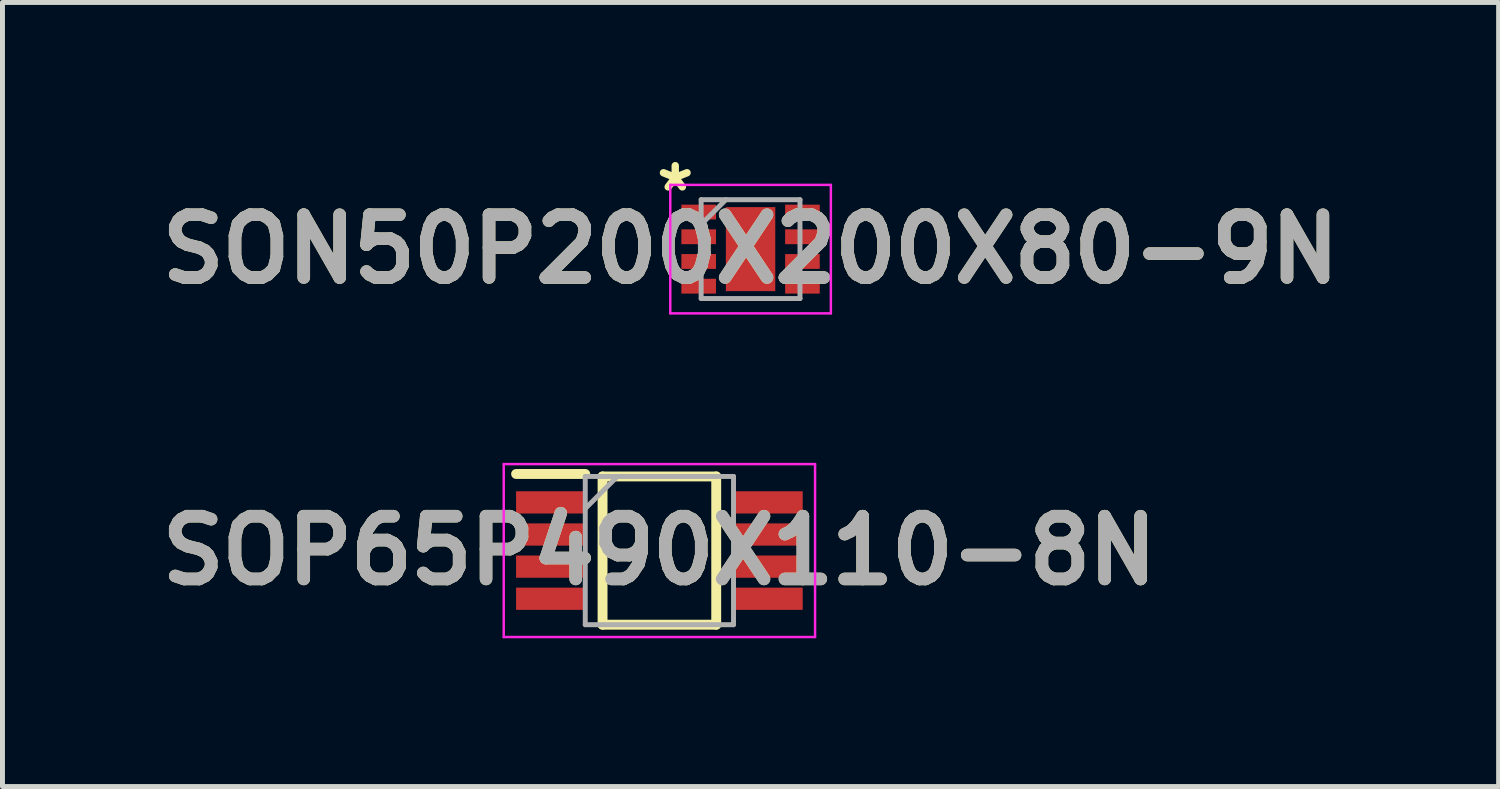
<source format=kicad_pcb>
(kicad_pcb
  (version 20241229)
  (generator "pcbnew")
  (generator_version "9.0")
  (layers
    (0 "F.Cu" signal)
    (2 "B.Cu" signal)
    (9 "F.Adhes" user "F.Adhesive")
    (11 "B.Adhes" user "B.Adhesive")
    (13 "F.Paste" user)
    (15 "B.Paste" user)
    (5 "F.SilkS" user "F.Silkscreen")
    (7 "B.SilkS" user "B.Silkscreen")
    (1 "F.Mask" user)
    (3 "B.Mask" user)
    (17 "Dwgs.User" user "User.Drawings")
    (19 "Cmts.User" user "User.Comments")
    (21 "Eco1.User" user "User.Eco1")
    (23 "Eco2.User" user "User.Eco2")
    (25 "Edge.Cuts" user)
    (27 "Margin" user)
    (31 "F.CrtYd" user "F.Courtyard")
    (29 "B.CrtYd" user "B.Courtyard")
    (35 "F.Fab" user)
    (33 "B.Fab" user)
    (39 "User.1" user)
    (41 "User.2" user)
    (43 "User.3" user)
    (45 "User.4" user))
  (footprint "SOP65P490X110-8N"
    (layer "F.Cu")
    (at 10.293 8.091)
    (property "Reference" "SOP65P490X110-8N" (at 0 0 0) (layer "F.SilkS") (effects (font (size 1.27 1.27) (thickness 0.254))))
    (attr smd)
    (fp_line (start -2.9 -1.55) (end -1.5 -1.55) (stroke (width 0.2) (type solid)) (layer "F.SilkS"))
    (fp_line (start -1.15 -1.5) (end 1.15 -1.5) (stroke (width 0.2) (type solid)) (layer "F.SilkS"))
    (fp_line (start -1.15 1.5) (end -1.15 -1.5) (stroke (width 0.2) (type solid)) (layer "F.SilkS"))
    (fp_line (start 1.15 -1.5) (end 1.15 1.5) (stroke (width 0.2) (type solid)) (layer "F.SilkS"))
    (fp_line (start 1.15 1.5) (end -1.15 1.5) (stroke (width 0.2) (type solid)) (layer "F.SilkS"))
    (fp_line (start -3.15 -1.75) (end 3.15 -1.75) (stroke (width 0.05) (type solid)) (layer "F.CrtYd"))
    (fp_line (start -3.15 1.75) (end -3.15 -1.75) (stroke (width 0.05) (type solid)) (layer "F.CrtYd"))
    (fp_line (start 3.15 -1.75) (end 3.15 1.75) (stroke (width 0.05) (type solid)) (layer "F.CrtYd"))
    (fp_line (start 3.15 1.75) (end -3.15 1.75) (stroke (width 0.05) (type solid)) (layer "F.CrtYd"))
    (fp_line (start -1.5 -1.5) (end 1.5 -1.5) (stroke (width 0.1) (type solid)) (layer "F.Fab"))
    (fp_line (start -1.5 -0.85) (end -0.85 -1.5) (stroke (width 0.1) (type solid)) (layer "F.Fab"))
    (fp_line (start -1.5 1.5) (end -1.5 -1.5) (stroke (width 0.1) (type solid)) (layer "F.Fab"))
    (fp_line (start 1.5 -1.5) (end 1.5 1.5) (stroke (width 0.1) (type solid)) (layer "F.Fab"))
    (fp_line (start 1.5 1.5) (end -1.5 1.5) (stroke (width 0.1) (type solid)) (layer "F.Fab"))
    (fp_text user "${REFERENCE}" (at 0 0 0) (layer "F.Fab") (effects (font (size 1.27 1.27) (thickness 0.254))))
    (pad "1" smd rect (at -2.2 -0.975 90) (size 0.45 1.4) (layers "F.Cu" "F.Mask" "F.Paste"))
    (pad "2" smd rect (at -2.2 -0.325 90) (size 0.45 1.4) (layers "F.Cu" "F.Mask" "F.Paste"))
    (pad "3" smd rect (at -2.2 0.325 90) (size 0.45 1.4) (layers "F.Cu" "F.Mask" "F.Paste"))
    (pad "4" smd rect (at -2.2 0.975 90) (size 0.45 1.4) (layers "F.Cu" "F.Mask" "F.Paste"))
    (pad "5" smd rect (at 2.2 0.975 90) (size 0.45 1.4) (layers "F.Cu" "F.Mask" "F.Paste"))
    (pad "6" smd rect (at 2.2 0.325 90) (size 0.45 1.4) (layers "F.Cu" "F.Mask" "F.Paste"))
    (pad "7" smd rect (at 2.2 -0.325 90) (size 0.45 1.4) (layers "F.Cu" "F.Mask" "F.Paste"))
    (pad "8" smd rect (at 2.2 -0.975 90) (size 0.45 1.4) (layers "F.Cu" "F.Mask" "F.Paste")))
  (footprint "SON50P200X200X80-9N"
    (layer "F.Cu")
    (at 12.138 1.991)
    (property "Reference" "SON50P200X200X80-9N" (at 0 0 0) (layer "F.SilkS") (effects (font (size 1.27 1.27) (thickness 0.254))))
    (attr smd)
    (fp_line (start -1.625 -1.3) (end 1.625 -1.3) (stroke (width 0.05) (type solid)) (layer "F.CrtYd"))
    (fp_line (start -1.625 1.3) (end -1.625 -1.3) (stroke (width 0.05) (type solid)) (layer "F.CrtYd"))
    (fp_line (start 1.625 -1.3) (end 1.625 1.3) (stroke (width 0.05) (type solid)) (layer "F.CrtYd"))
    (fp_line (start 1.625 1.3) (end -1.625 1.3) (stroke (width 0.05) (type solid)) (layer "F.CrtYd"))
    (fp_line (start -1 -1) (end 1 -1) (stroke (width 0.1) (type solid)) (layer "F.Fab"))
    (fp_line (start -1 -0.5) (end -0.5 -1) (stroke (width 0.1) (type solid)) (layer "F.Fab"))
    (fp_line (start -1 1) (end -1 -1) (stroke (width 0.1) (type solid)) (layer "F.Fab"))
    (fp_line (start 1 -1) (end 1 1) (stroke (width 0.1) (type solid)) (layer "F.Fab"))
    (fp_line (start 1 1) (end -1 1) (stroke (width 0.1) (type solid)) (layer "F.Fab"))
    (fp_text user "*" (at -1.524 -1.143 0) (layer "F.SilkS") (effects (font (size 1 1) (thickness 0.15))))
    (fp_text user "${REFERENCE}" (at 0 0 0) (layer "F.Fab") (effects (font (size 1.27 1.27) (thickness 0.254))))
    (pad "1" smd rect (at -1.05 -0.75 90) (size 0.3 0.7) (layers "F.Cu" "F.Mask" "F.Paste"))
    (pad "2" smd rect (at -1.05 -0.25 90) (size 0.3 0.7) (layers "F.Cu" "F.Mask" "F.Paste"))
    (pad "3" smd rect (at -1.05 0.25 90) (size 0.3 0.7) (layers "F.Cu" "F.Mask" "F.Paste"))
    (pad "4" smd rect (at -1.05 0.75 90) (size 0.3 0.7) (layers "F.Cu" "F.Mask" "F.Paste"))
    (pad "5" smd rect (at 1.05 0.75 90) (size 0.3 0.7) (layers "F.Cu" "F.Mask" "F.Paste"))
    (pad "6" smd rect (at 1.05 0.25 90) (size 0.3 0.7) (layers "F.Cu" "F.Mask" "F.Paste"))
    (pad "7" smd rect (at 1.05 -0.25 90) (size 0.3 0.7) (layers "F.Cu" "F.Mask" "F.Paste"))
    (pad "8" smd rect (at 1.05 -0.75 90) (size 0.3 0.7) (layers "F.Cu" "F.Mask" "F.Paste"))
    (pad "9" smd rect (at 0 0) (size 1 1.7) (layers "F.Cu" "F.Mask" "F.Paste")))
  (gr_rect
    (start -3 -3)
    (end 27.275 12.866)
    (stroke (width 0.1) (type default))
    (fill no)
    (layer "Edge.Cuts")))
</source>
